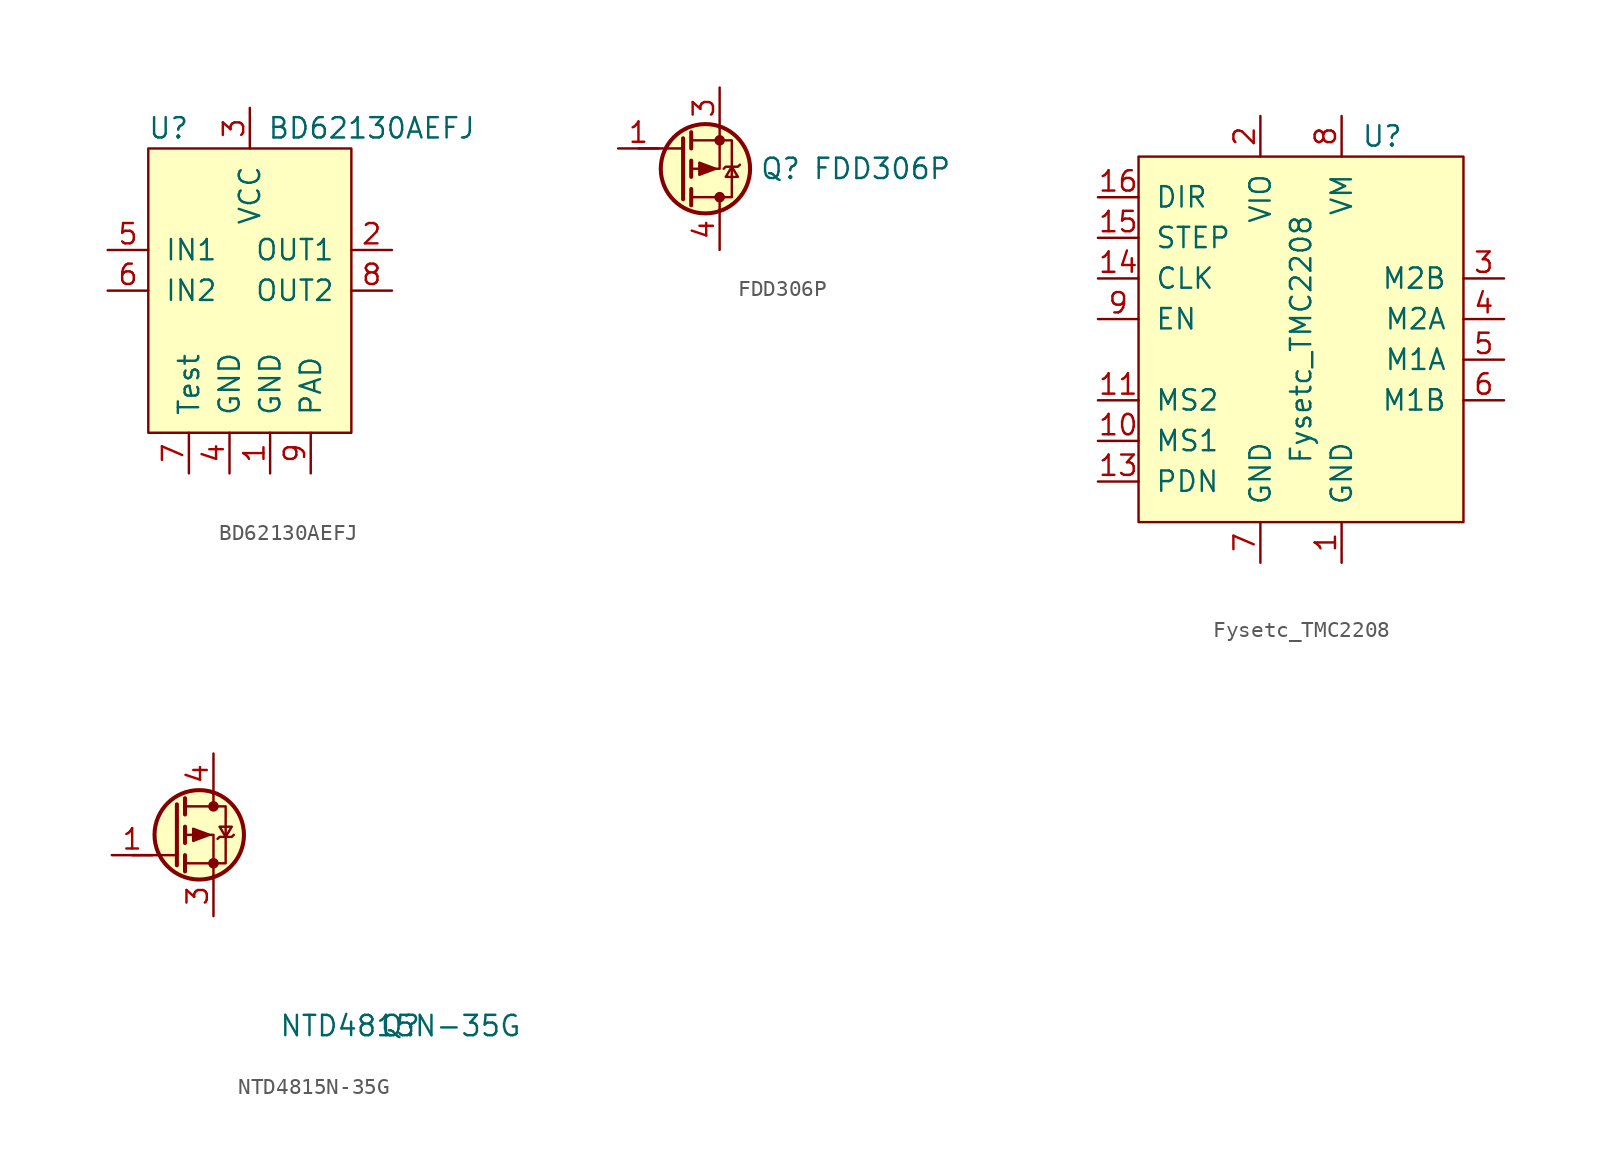
<source format=kicad_sym>
(kicad_symbol_lib
  (version 20211014)
  (generator kicad_symbol_editor)
  (symbol "BD62130AEFJ"
    (pin_names
      (offset 1.016))
    (property "Reference" "U"
      (at -5.08 8.89 0)
      (effects (font (size 1.27 1.27))))
    (property "Value" "BD62130AEFJ"
      (at 7.62 8.89 0)
      (effects (font (size 1.27 1.27))))
    (symbol "BD62130AEFJ_0_0"
      (pin passive line (at 1.27 -12.7 90) (length 2.54) (name "GND" (effects (font (size 1.27 1.27)))) (number "1" (effects (font (size 1.27 1.27)))))
      (pin output line (at 8.89 1.27 180) (length 2.54) (name "OUT1" (effects (font (size 1.27 1.27)))) (number "2" (effects (font (size 1.27 1.27)))))
      (pin power_in line (at 0 10.16 270) (length 2.54) (name "VCC" (effects (font (size 1.27 1.27)))) (number "3" (effects (font (size 1.27 1.27)))))
      (pin passive line (at -1.27 -12.7 90) (length 2.54) (name "GND" (effects (font (size 1.27 1.27)))) (number "4" (effects (font (size 1.27 1.27)))))
      (pin input line (at -8.89 1.27 0) (length 2.54) (name "IN1" (effects (font (size 1.27 1.27)))) (number "5" (effects (font (size 1.27 1.27)))))
      (pin input line (at -8.89 -1.27 0) (length 2.54) (name "IN2" (effects (font (size 1.27 1.27)))) (number "6" (effects (font (size 1.27 1.27)))))
      (pin passive line (at -3.81 -12.7 90) (length 2.54) (name "Test" (effects (font (size 1.27 1.27)))) (number "7" (effects (font (size 1.27 1.27)))))
      (pin output line (at 8.89 -1.27 180) (length 2.54) (name "OUT2" (effects (font (size 1.27 1.27)))) (number "8" (effects (font (size 1.27 1.27))))))
    (symbol "BD62130AEFJ_0_1"
      (rectangle (start -6.35 7.62) (end 6.35 -10.16) (stroke (width 0) (type default) (color 0 0 0 0)) (fill (type background))))
    (symbol "BD62130AEFJ_1_1"
      (pin passive line (at 3.81 -12.7 90) (length 2.54) (name "PAD" (effects (font (size 1.27 1.27)))) (number "9" (effects (font (size 1.27 1.27)))))))
  (symbol "FDD306P"
    (pin_names
      (offset 1.016) hide)
    (property "Reference" "Q"
      (at 3.81 0 0)
      (effects (font (size 1.27 1.27))))
    (property "Value" "FDD306P"
      (at 10.16 0 0)
      (effects (font (size 1.27 1.27))))
    (symbol "FDD306P_1_1"
      (circle (center -0.889 0) (radius 2.794) (stroke (width 0.254) (type default) (color 0 0 0 0)) (fill (type background)))
      (circle (center 0 -1.778) (radius 0.254) (stroke (width 0) (type default) (color 0 0 0 0)) (fill (type outline)))
      (polyline (pts (xy -2.286 1.27) (xy -5.08 1.27)) (stroke (width 0) (type default) (color 0 0 0 0)) (fill (type none)))
      (polyline (pts (xy -2.286 1.905) (xy -2.286 -1.905)) (stroke (width 0.254) (type default) (color 0 0 0 0)) (fill (type none)))
      (polyline (pts (xy -1.778 -1.27) (xy -1.778 -2.286)) (stroke (width 0.254) (type default) (color 0 0 0 0)) (fill (type none)))
      (polyline (pts (xy -1.778 0.508) (xy -1.778 -0.508)) (stroke (width 0.254) (type default) (color 0 0 0 0)) (fill (type none)))
      (polyline (pts (xy -1.778 2.286) (xy -1.778 1.27)) (stroke (width 0.254) (type default) (color 0 0 0 0)) (fill (type none)))
      (polyline (pts (xy 0 -1.905) (xy 0 -2.667)) (stroke (width 0) (type default) (color 0 0 0 0)) (fill (type none)))
      (polyline (pts (xy 0 2.54) (xy 0 0) (xy -1.778 0)) (stroke (width 0) (type default) (color 0 0 0 0)) (fill (type none)))
      (polyline (pts (xy -1.778 1.778) (xy 0.762 1.778) (xy 0.762 -1.778) (xy -1.778 -1.778)) (stroke (width 0) (type default) (color 0 0 0 0)) (fill (type none)))
      (polyline (pts (xy -0.254 0) (xy -1.27 0.381) (xy -1.27 -0.381) (xy -0.254 0)) (stroke (width 0) (type default) (color 0 0 0 0)) (fill (type outline)))
      (polyline (pts (xy 0.254 0) (xy 0.381 0.127) (xy 1.143 0.127) (xy 1.27 0.254)) (stroke (width 0) (type default) (color 0 0 0 0)) (fill (type none)))
      (polyline (pts (xy 0.762 0.127) (xy 0.381 -0.508) (xy 1.143 -0.508) (xy 0.762 0.127)) (stroke (width 0) (type default) (color 0 0 0 0)) (fill (type none)))
      (circle (center 0 1.778) (radius 0.254) (stroke (width 0) (type default) (color 0 0 0 0)) (fill (type outline)))
      (pin input line (at -6.35 1.27 0) (length 2.54) (name "G" (effects (font (size 1.27 1.27)))) (number "1" (effects (font (size 1.27 1.27)))))
      (pin passive line (at 0 5.08 270) (length 2.54) (name "S" (effects (font (size 1.27 1.27)))) (number "3" (effects (font (size 1.27 1.27)))))
      (pin passive line (at 0 -5.08 90) (length 2.54) (name "D" (effects (font (size 1.27 1.27)))) (number "4" (effects (font (size 1.27 1.27)))))))
  (symbol "Fysetc_TMC2208"
    (pin_names
      (offset 1.016))
    (property "Reference" "U"
      (at 5.08 12.7 0)
      (effects (font (size 1.27 1.27))))
    (property "Value" "Fysetc_TMC2208"
      (at 0 0 90)
      (effects (font (size 1.27 1.27))))
    (symbol "Fysetc_TMC2208_0_1"
      (rectangle (start -10.16 11.43) (end 10.16 -11.43) (stroke (width 0) (type default) (color 0 0 0 0)) (fill (type background))))
    (symbol "Fysetc_TMC2208_1_1"
      (pin passive line (at 2.54 -13.97 90) (length 2.54) (name "GND" (effects (font (size 1.27 1.27)))) (number "1" (effects (font (size 1.27 1.27)))))
      (pin input line (at -12.7 -6.35 0) (length 2.54) (name "MS1" (effects (font (size 1.27 1.27)))) (number "10" (effects (font (size 1.27 1.27)))))
      (pin input line (at -12.7 -3.81 0) (length 2.54) (name "MS2" (effects (font (size 1.27 1.27)))) (number "11" (effects (font (size 1.27 1.27)))))
      (pin no_connect line (at 12.7 8.89 180) (length 2.54) hide (name "NC" (effects (font (size 1.27 1.27)))) (number "12" (effects (font (size 1.27 1.27)))))
      (pin bidirectional line (at -12.7 -8.89 0) (length 2.54) (name "PDN" (effects (font (size 1.27 1.27)))) (number "13" (effects (font (size 1.27 1.27)))))
      (pin input line (at -12.7 3.81 0) (length 2.54) (name "CLK" (effects (font (size 1.27 1.27)))) (number "14" (effects (font (size 1.27 1.27)))))
      (pin input line (at -12.7 6.35 0) (length 2.54) (name "STEP" (effects (font (size 1.27 1.27)))) (number "15" (effects (font (size 1.27 1.27)))))
      (pin input line (at -12.7 8.89 0) (length 2.54) (name "DIR" (effects (font (size 1.27 1.27)))) (number "16" (effects (font (size 1.27 1.27)))))
      (pin power_in line (at -2.54 13.97 270) (length 2.54) (name "VIO" (effects (font (size 1.27 1.27)))) (number "2" (effects (font (size 1.27 1.27)))))
      (pin output line (at 12.7 3.81 180) (length 2.54) (name "M2B" (effects (font (size 1.27 1.27)))) (number "3" (effects (font (size 1.27 1.27)))))
      (pin output line (at 12.7 1.27 180) (length 2.54) (name "M2A" (effects (font (size 1.27 1.27)))) (number "4" (effects (font (size 1.27 1.27)))))
      (pin output line (at 12.7 -1.27 180) (length 2.54) (name "M1A" (effects (font (size 1.27 1.27)))) (number "5" (effects (font (size 1.27 1.27)))))
      (pin output line (at 12.7 -3.81 180) (length 2.54) (name "M1B" (effects (font (size 1.27 1.27)))) (number "6" (effects (font (size 1.27 1.27)))))
      (pin passive line (at -2.54 -13.97 90) (length 2.54) (name "GND" (effects (font (size 1.27 1.27)))) (number "7" (effects (font (size 1.27 1.27)))))
      (pin power_in line (at 2.54 13.97 270) (length 2.54) (name "VM" (effects (font (size 1.27 1.27)))) (number "8" (effects (font (size 1.27 1.27)))))
      (pin input line (at -12.7 1.27 0) (length 2.54) (name "EN" (effects (font (size 1.27 1.27)))) (number "9" (effects (font (size 1.27 1.27)))))))
  (symbol "NTD4815N-35G"
    (pin_names
      (offset 1.016) hide)
    (property "Reference" "Q"
      (at 11.684 -11.938 0)
      (effects (font (size 1.27 1.27))))
    (property "Value" "NTD4815N-35G"
      (at 11.684 -11.938 0)
      (effects (font (size 1.27 1.27))))
    (symbol "NTD4815N-35G_1_1"
      (circle (center -0.889 0) (radius 2.794) (stroke (width 0.254) (type default) (color 0 0 0 0)) (fill (type background)))
      (circle (center 0 -1.778) (radius 0.254) (stroke (width 0) (type default) (color 0 0 0 0)) (fill (type outline)))
      (polyline (pts (xy -2.286 -1.27) (xy -5.08 -1.27)) (stroke (width 0) (type default) (color 0 0 0 0)) (fill (type none)))
      (polyline (pts (xy -2.286 1.905) (xy -2.286 -1.905)) (stroke (width 0.254) (type default) (color 0 0 0 0)) (fill (type none)))
      (polyline (pts (xy -1.778 -1.27) (xy -1.778 -2.286)) (stroke (width 0.254) (type default) (color 0 0 0 0)) (fill (type none)))
      (polyline (pts (xy -1.778 0.508) (xy -1.778 -0.508)) (stroke (width 0.254) (type default) (color 0 0 0 0)) (fill (type none)))
      (polyline (pts (xy -1.778 2.286) (xy -1.778 1.27)) (stroke (width 0.254) (type default) (color 0 0 0 0)) (fill (type none)))
      (polyline (pts (xy 0 2.667) (xy 0 1.905)) (stroke (width 0) (type default) (color 0 0 0 0)) (fill (type none)))
      (polyline (pts (xy 0 -2.54) (xy 0 0) (xy -1.778 0)) (stroke (width 0) (type default) (color 0 0 0 0)) (fill (type none)))
      (polyline (pts (xy -1.778 1.778) (xy 0.762 1.778) (xy 0.762 -1.778) (xy -1.778 -1.778)) (stroke (width 0) (type default) (color 0 0 0 0)) (fill (type none)))
      (polyline (pts (xy -0.254 0) (xy -1.27 0.381) (xy -1.27 -0.381) (xy -0.254 0)) (stroke (width 0) (type default) (color 0 0 0 0)) (fill (type outline)))
      (polyline (pts (xy 0.254 -0.254) (xy 0.381 -0.127) (xy 1.143 -0.127) (xy 1.27 0)) (stroke (width 0) (type default) (color 0 0 0 0)) (fill (type none)))
      (polyline (pts (xy 0.762 -0.127) (xy 1.143 0.508) (xy 0.381 0.508) (xy 0.762 -0.127)) (stroke (width 0) (type default) (color 0 0 0 0)) (fill (type none)))
      (circle (center 0 1.778) (radius 0.254) (stroke (width 0) (type default) (color 0 0 0 0)) (fill (type outline)))
      (pin input line (at -6.35 -1.27 0) (length 2.54) (name "G" (effects (font (size 1.27 1.27)))) (number "1" (effects (font (size 1.27 1.27)))))
      (pin passive line (at 0 -5.08 90) (length 2.54) (name "S" (effects (font (size 1.27 1.27)))) (number "3" (effects (font (size 1.27 1.27)))))
      (pin passive line (at 0 5.08 270) (length 2.54) (name "D" (effects (font (size 1.27 1.27)))) (number "4" (effects (font (size 1.27 1.27))))))))
</source>
